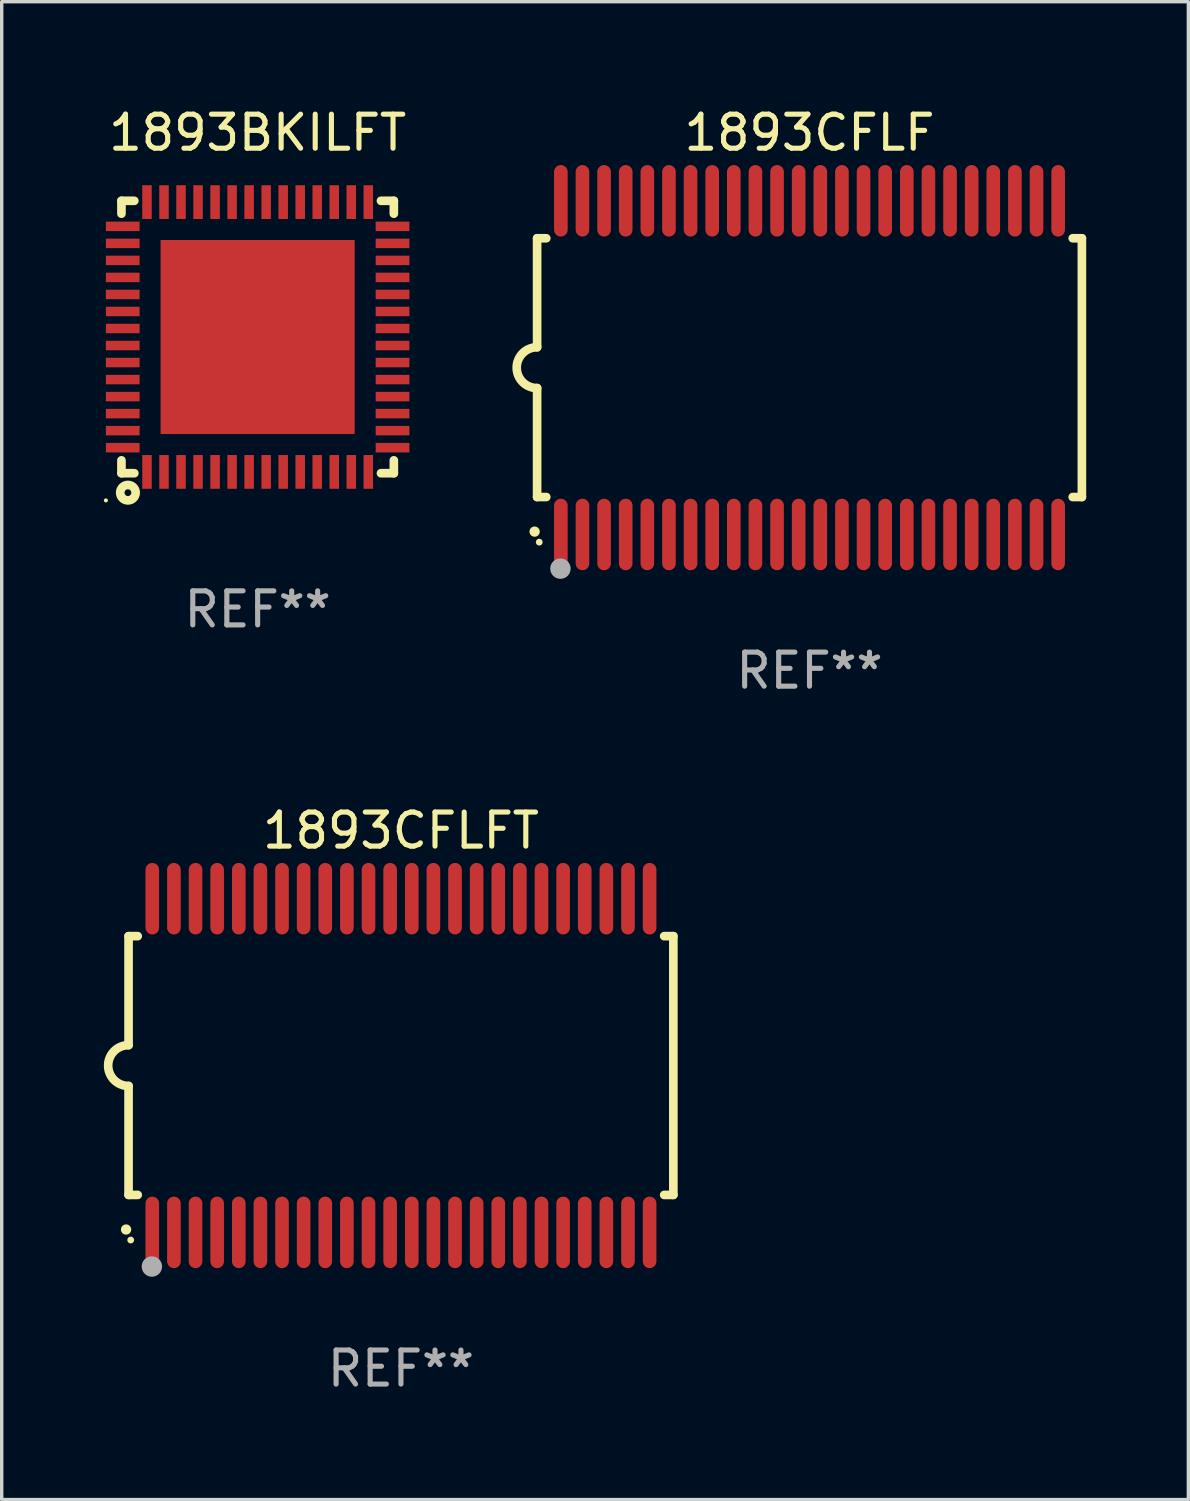
<source format=kicad_pcb>
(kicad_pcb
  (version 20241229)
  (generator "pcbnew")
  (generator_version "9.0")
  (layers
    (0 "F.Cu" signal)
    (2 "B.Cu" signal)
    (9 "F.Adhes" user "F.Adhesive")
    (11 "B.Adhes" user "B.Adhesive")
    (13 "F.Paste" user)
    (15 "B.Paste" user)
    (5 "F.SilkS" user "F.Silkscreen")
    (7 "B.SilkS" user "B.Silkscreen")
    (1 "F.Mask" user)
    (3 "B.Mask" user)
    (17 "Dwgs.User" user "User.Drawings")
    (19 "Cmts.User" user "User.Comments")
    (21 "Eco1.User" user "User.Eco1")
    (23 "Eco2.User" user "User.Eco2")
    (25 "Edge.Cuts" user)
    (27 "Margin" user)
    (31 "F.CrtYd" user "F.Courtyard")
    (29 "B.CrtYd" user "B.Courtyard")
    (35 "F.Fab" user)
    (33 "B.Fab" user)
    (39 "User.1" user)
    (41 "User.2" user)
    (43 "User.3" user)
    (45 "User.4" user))
  (footprint "1893CFLF"
    (layer "F.Cu")
    (at 20.725 7.748)
    (property "Reference" "1893CFLF" (at 0 -6.9 0) (layer "F.SilkS") (effects (font (size 1 1) (thickness 0.15))))
    (attr through_hole)
    (fp_line (start -8 -3.8) (end -8 -0.599) (stroke (width 0.254) (type solid)) (layer "F.SilkS"))
    (fp_line (start -8 -3.8) (end -7.731 -3.8) (stroke (width 0.254) (type solid)) (layer "F.SilkS"))
    (fp_line (start -8 3.8) (end -8 0.599) (stroke (width 0.254) (type solid)) (layer "F.SilkS"))
    (fp_line (start -7.731 3.8) (end -8 3.8) (stroke (width 0.254) (type solid)) (layer "F.SilkS"))
    (fp_line (start 7.731 -3.8) (end 8 -3.8) (stroke (width 0.254) (type solid)) (layer "F.SilkS"))
    (fp_line (start 8 -3.8) (end 8 3.8) (stroke (width 0.254) (type solid)) (layer "F.SilkS"))
    (fp_line (start 8 3.8) (end 7.731 3.8) (stroke (width 0.254) (type solid)) (layer "F.SilkS"))
    (fp_arc (start -8.074676 4.81585) (mid -8.073406 4.815845) (end -8.072136 4.81585) (stroke (width 0.3) (type solid)) (layer "F.SilkS"))
    (fp_arc (start -8.000025 0.6) (mid -8.598908 0.00056) (end -8.000027 -0.598882) (stroke (width 0.254001) (type solid)) (layer "F.SilkS"))
    (fp_circle (center -7.937 5.125) (end -7.887 5.125) (stroke (width 0.1) (type solid)) (fill no) (layer "F.SilkS"))
    (fp_circle (center -7.315 5.903) (end -7.165 5.903) (stroke (width 0.3) (type solid)) (fill no) (layer "F.Fab"))
    (fp_text user "REF**" (at 0 8.9 0) (layer "F.Fab") (effects (font (size 1 1) (thickness 0.15))))
    (pad "1" smd oval (at -7.303 4.9) (size 0.4 2.1) (layers "F.Cu" "F.Mask" "F.Paste"))
    (pad "2" smd oval (at -6.668 4.9) (size 0.4 2.1) (layers "F.Cu" "F.Mask" "F.Paste"))
    (pad "3" smd oval (at -6.033 4.9) (size 0.4 2.1) (layers "F.Cu" "F.Mask" "F.Paste"))
    (pad "4" smd oval (at -5.398 4.9) (size 0.4 2.1) (layers "F.Cu" "F.Mask" "F.Paste"))
    (pad "5" smd oval (at -4.763 4.9) (size 0.4 2.1) (layers "F.Cu" "F.Mask" "F.Paste"))
    (pad "6" smd oval (at -4.128 4.9) (size 0.4 2.1) (layers "F.Cu" "F.Mask" "F.Paste"))
    (pad "7" smd oval (at -3.493 4.9) (size 0.4 2.1) (layers "F.Cu" "F.Mask" "F.Paste"))
    (pad "8" smd oval (at -2.858 4.9) (size 0.4 2.1) (layers "F.Cu" "F.Mask" "F.Paste"))
    (pad "9" smd oval (at -2.223 4.9) (size 0.4 2.1) (layers "F.Cu" "F.Mask" "F.Paste"))
    (pad "10" smd oval (at -1.588 4.9) (size 0.4 2.1) (layers "F.Cu" "F.Mask" "F.Paste"))
    (pad "11" smd oval (at -0.953 4.9) (size 0.4 2.1) (layers "F.Cu" "F.Mask" "F.Paste"))
    (pad "12" smd oval (at -0.318 4.9) (size 0.4 2.1) (layers "F.Cu" "F.Mask" "F.Paste"))
    (pad "13" smd oval (at 0.318 4.9) (size 0.4 2.1) (layers "F.Cu" "F.Mask" "F.Paste"))
    (pad "14" smd oval (at 0.953 4.9) (size 0.4 2.1) (layers "F.Cu" "F.Mask" "F.Paste"))
    (pad "15" smd oval (at 1.588 4.9) (size 0.4 2.1) (layers "F.Cu" "F.Mask" "F.Paste"))
    (pad "16" smd oval (at 2.223 4.9) (size 0.4 2.1) (layers "F.Cu" "F.Mask" "F.Paste"))
    (pad "17" smd oval (at 2.858 4.9) (size 0.4 2.1) (layers "F.Cu" "F.Mask" "F.Paste"))
    (pad "18" smd oval (at 3.493 4.9) (size 0.4 2.1) (layers "F.Cu" "F.Mask" "F.Paste"))
    (pad "19" smd oval (at 4.128 4.9) (size 0.4 2.1) (layers "F.Cu" "F.Mask" "F.Paste"))
    (pad "20" smd oval (at 4.763 4.9) (size 0.4 2.1) (layers "F.Cu" "F.Mask" "F.Paste"))
    (pad "21" smd oval (at 5.398 4.9) (size 0.4 2.1) (layers "F.Cu" "F.Mask" "F.Paste"))
    (pad "22" smd oval (at 6.033 4.9) (size 0.4 2.1) (layers "F.Cu" "F.Mask" "F.Paste"))
    (pad "23" smd oval (at 6.668 4.9) (size 0.4 2.1) (layers "F.Cu" "F.Mask" "F.Paste"))
    (pad "24" smd oval (at 7.303 4.9) (size 0.4 2.1) (layers "F.Cu" "F.Mask" "F.Paste"))
    (pad "25" smd oval (at 7.303 -4.9 180) (size 0.4 2.1) (layers "F.Cu" "F.Mask" "F.Paste"))
    (pad "26" smd oval (at 6.668 -4.9 180) (size 0.4 2.1) (layers "F.Cu" "F.Mask" "F.Paste"))
    (pad "27" smd oval (at 6.033 -4.9 180) (size 0.4 2.1) (layers "F.Cu" "F.Mask" "F.Paste"))
    (pad "28" smd oval (at 5.398 -4.9 180) (size 0.4 2.1) (layers "F.Cu" "F.Mask" "F.Paste"))
    (pad "29" smd oval (at 4.763 -4.9 180) (size 0.4 2.1) (layers "F.Cu" "F.Mask" "F.Paste"))
    (pad "30" smd oval (at 4.128 -4.9 180) (size 0.4 2.1) (layers "F.Cu" "F.Mask" "F.Paste"))
    (pad "31" smd oval (at 3.493 -4.9 180) (size 0.4 2.1) (layers "F.Cu" "F.Mask" "F.Paste"))
    (pad "32" smd oval (at 2.858 -4.9 180) (size 0.4 2.1) (layers "F.Cu" "F.Mask" "F.Paste"))
    (pad "33" smd oval (at 2.223 -4.9 180) (size 0.4 2.1) (layers "F.Cu" "F.Mask" "F.Paste"))
    (pad "34" smd oval (at 1.588 -4.9 180) (size 0.4 2.1) (layers "F.Cu" "F.Mask" "F.Paste"))
    (pad "35" smd oval (at 0.953 -4.9 180) (size 0.4 2.1) (layers "F.Cu" "F.Mask" "F.Paste"))
    (pad "36" smd oval (at 0.318 -4.9 180) (size 0.4 2.1) (layers "F.Cu" "F.Mask" "F.Paste"))
    (pad "37" smd oval (at -0.318 -4.9 180) (size 0.4 2.1) (layers "F.Cu" "F.Mask" "F.Paste"))
    (pad "38" smd oval (at -0.953 -4.9 180) (size 0.4 2.1) (layers "F.Cu" "F.Mask" "F.Paste"))
    (pad "39" smd oval (at -1.588 -4.9 180) (size 0.4 2.1) (layers "F.Cu" "F.Mask" "F.Paste"))
    (pad "40" smd oval (at -2.223 -4.9 180) (size 0.4 2.1) (layers "F.Cu" "F.Mask" "F.Paste"))
    (pad "41" smd oval (at -2.858 -4.9 180) (size 0.4 2.1) (layers "F.Cu" "F.Mask" "F.Paste"))
    (pad "42" smd oval (at -3.493 -4.9 180) (size 0.4 2.1) (layers "F.Cu" "F.Mask" "F.Paste"))
    (pad "43" smd oval (at -4.128 -4.9 180) (size 0.4 2.1) (layers "F.Cu" "F.Mask" "F.Paste"))
    (pad "44" smd oval (at -4.763 -4.9 180) (size 0.4 2.1) (layers "F.Cu" "F.Mask" "F.Paste"))
    (pad "45" smd oval (at -5.398 -4.9 180) (size 0.4 2.1) (layers "F.Cu" "F.Mask" "F.Paste"))
    (pad "46" smd oval (at -6.033 -4.9 180) (size 0.4 2.1) (layers "F.Cu" "F.Mask" "F.Paste"))
    (pad "47" smd oval (at -6.668 -4.9 180) (size 0.4 2.1) (layers "F.Cu" "F.Mask" "F.Paste"))
    (pad "48" smd oval (at -7.303 -4.9 180) (size 0.4 2.1) (layers "F.Cu" "F.Mask" "F.Paste")))
  (footprint "1893BKILFT"
    (layer "F.Cu")
    (at 4.517 6.848)
    (property "Reference" "1893BKILFT" (at 0 -6 0) (layer "F.SilkS") (effects (font (size 1 1) (thickness 0.15))))
    (attr through_hole)
    (fp_line (start -4 -4) (end -3.622 -4) (stroke (width 0.254) (type solid)) (layer "F.SilkS"))
    (fp_line (start -4 -3.622) (end -4 -4) (stroke (width 0.254) (type solid)) (layer "F.SilkS"))
    (fp_line (start -4 4) (end -4 3.622) (stroke (width 0.254) (type solid)) (layer "F.SilkS"))
    (fp_line (start -4 4) (end -3.622 4) (stroke (width 0.254) (type solid)) (layer "F.SilkS"))
    (fp_line (start 3.622 -4) (end 4 -4) (stroke (width 0.254) (type solid)) (layer "F.SilkS"))
    (fp_line (start 3.622 4) (end 4 4) (stroke (width 0.254) (type solid)) (layer "F.SilkS"))
    (fp_line (start 4 -4) (end 4 -3.622) (stroke (width 0.254) (type solid)) (layer "F.SilkS"))
    (fp_line (start 4 3.622) (end 4 4) (stroke (width 0.254) (type solid)) (layer "F.SilkS"))
    (fp_circle (center -4.457 4.799) (end -4.427 4.799) (stroke (width 0.06) (type solid)) (fill no) (layer "F.SilkS"))
    (fp_circle (center -3.81 4.572) (end -3.71 4.572) (stroke (width 0.254) (type solid)) (fill no) (layer "F.SilkS"))
    (fp_text user "REF**" (at 0 8 0) (layer "F.Fab") (effects (font (size 1 1) (thickness 0.15))))
    (pad "1" smd rect (at -3.25 3.962 90) (size 0.991 0.279) (layers "F.Cu" "F.Mask" "F.Paste"))
    (pad "2" smd rect (at -2.75 3.962 90) (size 0.991 0.279) (layers "F.Cu" "F.Mask" "F.Paste"))
    (pad "3" smd rect (at -2.25 3.962 90) (size 0.991 0.279) (layers "F.Cu" "F.Mask" "F.Paste"))
    (pad "4" smd rect (at -1.75 3.962 90) (size 0.991 0.279) (layers "F.Cu" "F.Mask" "F.Paste"))
    (pad "5" smd rect (at -1.25 3.962 90) (size 0.991 0.279) (layers "F.Cu" "F.Mask" "F.Paste"))
    (pad "6" smd rect (at -0.75 3.962 90) (size 0.991 0.279) (layers "F.Cu" "F.Mask" "F.Paste"))
    (pad "7" smd rect (at -0.25 3.962 90) (size 0.991 0.279) (layers "F.Cu" "F.Mask" "F.Paste"))
    (pad "8" smd rect (at 0.25 3.962 90) (size 0.991 0.279) (layers "F.Cu" "F.Mask" "F.Paste"))
    (pad "9" smd rect (at 0.75 3.962 90) (size 0.991 0.279) (layers "F.Cu" "F.Mask" "F.Paste"))
    (pad "10" smd rect (at 1.25 3.962 90) (size 0.991 0.279) (layers "F.Cu" "F.Mask" "F.Paste"))
    (pad "11" smd rect (at 1.75 3.962 90) (size 0.991 0.279) (layers "F.Cu" "F.Mask" "F.Paste"))
    (pad "12" smd rect (at 2.25 3.962 90) (size 0.991 0.279) (layers "F.Cu" "F.Mask" "F.Paste"))
    (pad "13" smd rect (at 2.75 3.962 90) (size 0.991 0.279) (layers "F.Cu" "F.Mask" "F.Paste"))
    (pad "14" smd rect (at 3.25 3.962 90) (size 0.991 0.279) (layers "F.Cu" "F.Mask" "F.Paste"))
    (pad "15" smd rect (at 3.962 3.25 90) (size 0.279 0.991) (layers "F.Cu" "F.Mask" "F.Paste"))
    (pad "16" smd rect (at 3.962 2.75 90) (size 0.279 0.991) (layers "F.Cu" "F.Mask" "F.Paste"))
    (pad "17" smd rect (at 3.962 2.25 90) (size 0.279 0.991) (layers "F.Cu" "F.Mask" "F.Paste"))
    (pad "18" smd rect (at 3.962 1.75 90) (size 0.279 0.991) (layers "F.Cu" "F.Mask" "F.Paste"))
    (pad "19" smd rect (at 3.962 1.25 90) (size 0.279 0.991) (layers "F.Cu" "F.Mask" "F.Paste"))
    (pad "20" smd rect (at 3.962 0.75 90) (size 0.279 0.991) (layers "F.Cu" "F.Mask" "F.Paste"))
    (pad "21" smd rect (at 3.962 0.25 90) (size 0.279 0.991) (layers "F.Cu" "F.Mask" "F.Paste"))
    (pad "22" smd rect (at 3.962 -0.25 90) (size 0.279 0.991) (layers "F.Cu" "F.Mask" "F.Paste"))
    (pad "23" smd rect (at 3.962 -0.75 90) (size 0.279 0.991) (layers "F.Cu" "F.Mask" "F.Paste"))
    (pad "24" smd rect (at 3.962 -1.25 90) (size 0.279 0.991) (layers "F.Cu" "F.Mask" "F.Paste"))
    (pad "25" smd rect (at 3.962 -1.75 90) (size 0.279 0.991) (layers "F.Cu" "F.Mask" "F.Paste"))
    (pad "26" smd rect (at 3.962 -2.25 90) (size 0.279 0.991) (layers "F.Cu" "F.Mask" "F.Paste"))
    (pad "27" smd rect (at 3.962 -2.75 90) (size 0.279 0.991) (layers "F.Cu" "F.Mask" "F.Paste"))
    (pad "28" smd rect (at 3.962 -3.25 90) (size 0.279 0.991) (layers "F.Cu" "F.Mask" "F.Paste"))
    (pad "29" smd rect (at 3.25 -3.962 90) (size 0.991 0.279) (layers "F.Cu" "F.Mask" "F.Paste"))
    (pad "30" smd rect (at 2.75 -3.962 90) (size 0.991 0.279) (layers "F.Cu" "F.Mask" "F.Paste"))
    (pad "31" smd rect (at 2.25 -3.962 90) (size 0.991 0.279) (layers "F.Cu" "F.Mask" "F.Paste"))
    (pad "32" smd rect (at 1.75 -3.962 90) (size 0.991 0.279) (layers "F.Cu" "F.Mask" "F.Paste"))
    (pad "33" smd rect (at 1.25 -3.962 90) (size 0.991 0.279) (layers "F.Cu" "F.Mask" "F.Paste"))
    (pad "34" smd rect (at 0.75 -3.962 90) (size 0.991 0.279) (layers "F.Cu" "F.Mask" "F.Paste"))
    (pad "35" smd rect (at 0.25 -3.962 90) (size 0.991 0.279) (layers "F.Cu" "F.Mask" "F.Paste"))
    (pad "36" smd rect (at -0.25 -3.962 90) (size 0.991 0.279) (layers "F.Cu" "F.Mask" "F.Paste"))
    (pad "37" smd rect (at -0.75 -3.962 90) (size 0.991 0.279) (layers "F.Cu" "F.Mask" "F.Paste"))
    (pad "38" smd rect (at -1.25 -3.962 90) (size 0.991 0.279) (layers "F.Cu" "F.Mask" "F.Paste"))
    (pad "39" smd rect (at -1.75 -3.962 90) (size 0.991 0.279) (layers "F.Cu" "F.Mask" "F.Paste"))
    (pad "40" smd rect (at -2.25 -3.962 90) (size 0.991 0.279) (layers "F.Cu" "F.Mask" "F.Paste"))
    (pad "41" smd rect (at -2.75 -3.962 90) (size 0.991 0.279) (layers "F.Cu" "F.Mask" "F.Paste"))
    (pad "42" smd rect (at -3.25 -3.962 90) (size 0.991 0.279) (layers "F.Cu" "F.Mask" "F.Paste"))
    (pad "43" smd rect (at -3.962 -3.25 90) (size 0.279 0.991) (layers "F.Cu" "F.Mask" "F.Paste"))
    (pad "44" smd rect (at -3.962 -2.75 90) (size 0.279 0.991) (layers "F.Cu" "F.Mask" "F.Paste"))
    (pad "45" smd rect (at -3.962 -2.25 90) (size 0.279 0.991) (layers "F.Cu" "F.Mask" "F.Paste"))
    (pad "46" smd rect (at -3.962 -1.75 90) (size 0.279 0.991) (layers "F.Cu" "F.Mask" "F.Paste"))
    (pad "47" smd rect (at -3.962 -1.25 90) (size 0.279 0.991) (layers "F.Cu" "F.Mask" "F.Paste"))
    (pad "48" smd rect (at -3.962 -0.75 90) (size 0.279 0.991) (layers "F.Cu" "F.Mask" "F.Paste"))
    (pad "49" smd rect (at -3.962 -0.25 90) (size 0.279 0.991) (layers "F.Cu" "F.Mask" "F.Paste"))
    (pad "50" smd rect (at -3.962 0.25 90) (size 0.279 0.991) (layers "F.Cu" "F.Mask" "F.Paste"))
    (pad "51" smd rect (at -3.962 0.75 90) (size 0.279 0.991) (layers "F.Cu" "F.Mask" "F.Paste"))
    (pad "52" smd rect (at -3.962 1.25 90) (size 0.279 0.991) (layers "F.Cu" "F.Mask" "F.Paste"))
    (pad "53" smd rect (at -3.962 1.75 90) (size 0.279 0.991) (layers "F.Cu" "F.Mask" "F.Paste"))
    (pad "54" smd rect (at -3.962 2.25 90) (size 0.279 0.991) (layers "F.Cu" "F.Mask" "F.Paste"))
    (pad "55" smd rect (at -3.962 2.75 90) (size 0.279 0.991) (layers "F.Cu" "F.Mask" "F.Paste"))
    (pad "56" smd rect (at -3.962 3.25 90) (size 0.279 0.991) (layers "F.Cu" "F.Mask" "F.Paste"))
    (pad "57" smd rect (at 0 0 90) (size 5.7 5.7) (layers "F.Cu" "F.Mask" "F.Paste")))
  (footprint "1893CFLFT"
    (layer "F.Cu")
    (at 8.726 28.245)
    (property "Reference" "1893CFLFT" (at 0 -6.9 0) (layer "F.SilkS") (effects (font (size 1 1) (thickness 0.15))))
    (attr through_hole)
    (fp_line (start -8 -3.8) (end -8 -0.599) (stroke (width 0.254) (type solid)) (layer "F.SilkS"))
    (fp_line (start -8 -3.8) (end -7.731 -3.8) (stroke (width 0.254) (type solid)) (layer "F.SilkS"))
    (fp_line (start -8 3.8) (end -8 0.599) (stroke (width 0.254) (type solid)) (layer "F.SilkS"))
    (fp_line (start -7.731 3.8) (end -8 3.8) (stroke (width 0.254) (type solid)) (layer "F.SilkS"))
    (fp_line (start 7.731 -3.8) (end 8 -3.8) (stroke (width 0.254) (type solid)) (layer "F.SilkS"))
    (fp_line (start 8 -3.8) (end 8 3.8) (stroke (width 0.254) (type solid)) (layer "F.SilkS"))
    (fp_line (start 8 3.8) (end 7.731 3.8) (stroke (width 0.254) (type solid)) (layer "F.SilkS"))
    (fp_arc (start -8.074676 4.81585) (mid -8.073406 4.815845) (end -8.072136 4.81585) (stroke (width 0.3) (type solid)) (layer "F.SilkS"))
    (fp_arc (start -8.000025 0.6) (mid -8.598908 0.00056) (end -8.000027 -0.598882) (stroke (width 0.254001) (type solid)) (layer "F.SilkS"))
    (fp_circle (center -7.937 5.125) (end -7.887 5.125) (stroke (width 0.1) (type solid)) (fill no) (layer "F.SilkS"))
    (fp_circle (center -7.315 5.903) (end -7.165 5.903) (stroke (width 0.3) (type solid)) (fill no) (layer "F.Fab"))
    (fp_text user "REF**" (at 0 8.9 0) (layer "F.Fab") (effects (font (size 1 1) (thickness 0.15))))
    (pad "1" smd oval (at -7.303 4.9) (size 0.4 2.1) (layers "F.Cu" "F.Mask" "F.Paste"))
    (pad "2" smd oval (at -6.668 4.9) (size 0.4 2.1) (layers "F.Cu" "F.Mask" "F.Paste"))
    (pad "3" smd oval (at -6.033 4.9) (size 0.4 2.1) (layers "F.Cu" "F.Mask" "F.Paste"))
    (pad "4" smd oval (at -5.398 4.9) (size 0.4 2.1) (layers "F.Cu" "F.Mask" "F.Paste"))
    (pad "5" smd oval (at -4.763 4.9) (size 0.4 2.1) (layers "F.Cu" "F.Mask" "F.Paste"))
    (pad "6" smd oval (at -4.128 4.9) (size 0.4 2.1) (layers "F.Cu" "F.Mask" "F.Paste"))
    (pad "7" smd oval (at -3.493 4.9) (size 0.4 2.1) (layers "F.Cu" "F.Mask" "F.Paste"))
    (pad "8" smd oval (at -2.858 4.9) (size 0.4 2.1) (layers "F.Cu" "F.Mask" "F.Paste"))
    (pad "9" smd oval (at -2.223 4.9) (size 0.4 2.1) (layers "F.Cu" "F.Mask" "F.Paste"))
    (pad "10" smd oval (at -1.588 4.9) (size 0.4 2.1) (layers "F.Cu" "F.Mask" "F.Paste"))
    (pad "11" smd oval (at -0.953 4.9) (size 0.4 2.1) (layers "F.Cu" "F.Mask" "F.Paste"))
    (pad "12" smd oval (at -0.318 4.9) (size 0.4 2.1) (layers "F.Cu" "F.Mask" "F.Paste"))
    (pad "13" smd oval (at 0.318 4.9) (size 0.4 2.1) (layers "F.Cu" "F.Mask" "F.Paste"))
    (pad "14" smd oval (at 0.953 4.9) (size 0.4 2.1) (layers "F.Cu" "F.Mask" "F.Paste"))
    (pad "15" smd oval (at 1.588 4.9) (size 0.4 2.1) (layers "F.Cu" "F.Mask" "F.Paste"))
    (pad "16" smd oval (at 2.223 4.9) (size 0.4 2.1) (layers "F.Cu" "F.Mask" "F.Paste"))
    (pad "17" smd oval (at 2.858 4.9) (size 0.4 2.1) (layers "F.Cu" "F.Mask" "F.Paste"))
    (pad "18" smd oval (at 3.493 4.9) (size 0.4 2.1) (layers "F.Cu" "F.Mask" "F.Paste"))
    (pad "19" smd oval (at 4.128 4.9) (size 0.4 2.1) (layers "F.Cu" "F.Mask" "F.Paste"))
    (pad "20" smd oval (at 4.763 4.9) (size 0.4 2.1) (layers "F.Cu" "F.Mask" "F.Paste"))
    (pad "21" smd oval (at 5.398 4.9) (size 0.4 2.1) (layers "F.Cu" "F.Mask" "F.Paste"))
    (pad "22" smd oval (at 6.033 4.9) (size 0.4 2.1) (layers "F.Cu" "F.Mask" "F.Paste"))
    (pad "23" smd oval (at 6.668 4.9) (size 0.4 2.1) (layers "F.Cu" "F.Mask" "F.Paste"))
    (pad "24" smd oval (at 7.303 4.9) (size 0.4 2.1) (layers "F.Cu" "F.Mask" "F.Paste"))
    (pad "25" smd oval (at 7.303 -4.9 180) (size 0.4 2.1) (layers "F.Cu" "F.Mask" "F.Paste"))
    (pad "26" smd oval (at 6.668 -4.9 180) (size 0.4 2.1) (layers "F.Cu" "F.Mask" "F.Paste"))
    (pad "27" smd oval (at 6.033 -4.9 180) (size 0.4 2.1) (layers "F.Cu" "F.Mask" "F.Paste"))
    (pad "28" smd oval (at 5.398 -4.9 180) (size 0.4 2.1) (layers "F.Cu" "F.Mask" "F.Paste"))
    (pad "29" smd oval (at 4.763 -4.9 180) (size 0.4 2.1) (layers "F.Cu" "F.Mask" "F.Paste"))
    (pad "30" smd oval (at 4.128 -4.9 180) (size 0.4 2.1) (layers "F.Cu" "F.Mask" "F.Paste"))
    (pad "31" smd oval (at 3.493 -4.9 180) (size 0.4 2.1) (layers "F.Cu" "F.Mask" "F.Paste"))
    (pad "32" smd oval (at 2.858 -4.9 180) (size 0.4 2.1) (layers "F.Cu" "F.Mask" "F.Paste"))
    (pad "33" smd oval (at 2.223 -4.9 180) (size 0.4 2.1) (layers "F.Cu" "F.Mask" "F.Paste"))
    (pad "34" smd oval (at 1.588 -4.9 180) (size 0.4 2.1) (layers "F.Cu" "F.Mask" "F.Paste"))
    (pad "35" smd oval (at 0.953 -4.9 180) (size 0.4 2.1) (layers "F.Cu" "F.Mask" "F.Paste"))
    (pad "36" smd oval (at 0.318 -4.9 180) (size 0.4 2.1) (layers "F.Cu" "F.Mask" "F.Paste"))
    (pad "37" smd oval (at -0.318 -4.9 180) (size 0.4 2.1) (layers "F.Cu" "F.Mask" "F.Paste"))
    (pad "38" smd oval (at -0.953 -4.9 180) (size 0.4 2.1) (layers "F.Cu" "F.Mask" "F.Paste"))
    (pad "39" smd oval (at -1.588 -4.9 180) (size 0.4 2.1) (layers "F.Cu" "F.Mask" "F.Paste"))
    (pad "40" smd oval (at -2.223 -4.9 180) (size 0.4 2.1) (layers "F.Cu" "F.Mask" "F.Paste"))
    (pad "41" smd oval (at -2.858 -4.9 180) (size 0.4 2.1) (layers "F.Cu" "F.Mask" "F.Paste"))
    (pad "42" smd oval (at -3.493 -4.9 180) (size 0.4 2.1) (layers "F.Cu" "F.Mask" "F.Paste"))
    (pad "43" smd oval (at -4.128 -4.9 180) (size 0.4 2.1) (layers "F.Cu" "F.Mask" "F.Paste"))
    (pad "44" smd oval (at -4.763 -4.9 180) (size 0.4 2.1) (layers "F.Cu" "F.Mask" "F.Paste"))
    (pad "45" smd oval (at -5.398 -4.9 180) (size 0.4 2.1) (layers "F.Cu" "F.Mask" "F.Paste"))
    (pad "46" smd oval (at -6.033 -4.9 180) (size 0.4 2.1) (layers "F.Cu" "F.Mask" "F.Paste"))
    (pad "47" smd oval (at -6.668 -4.9 180) (size 0.4 2.1) (layers "F.Cu" "F.Mask" "F.Paste"))
    (pad "48" smd oval (at -7.303 -4.9 180) (size 0.4 2.1) (layers "F.Cu" "F.Mask" "F.Paste")))
  (gr_rect
    (start -3 -3)
    (end 31.852 40.993)
    (stroke (width 0.1) (type default))
    (fill no)
    (layer "Edge.Cuts")))
</source>
